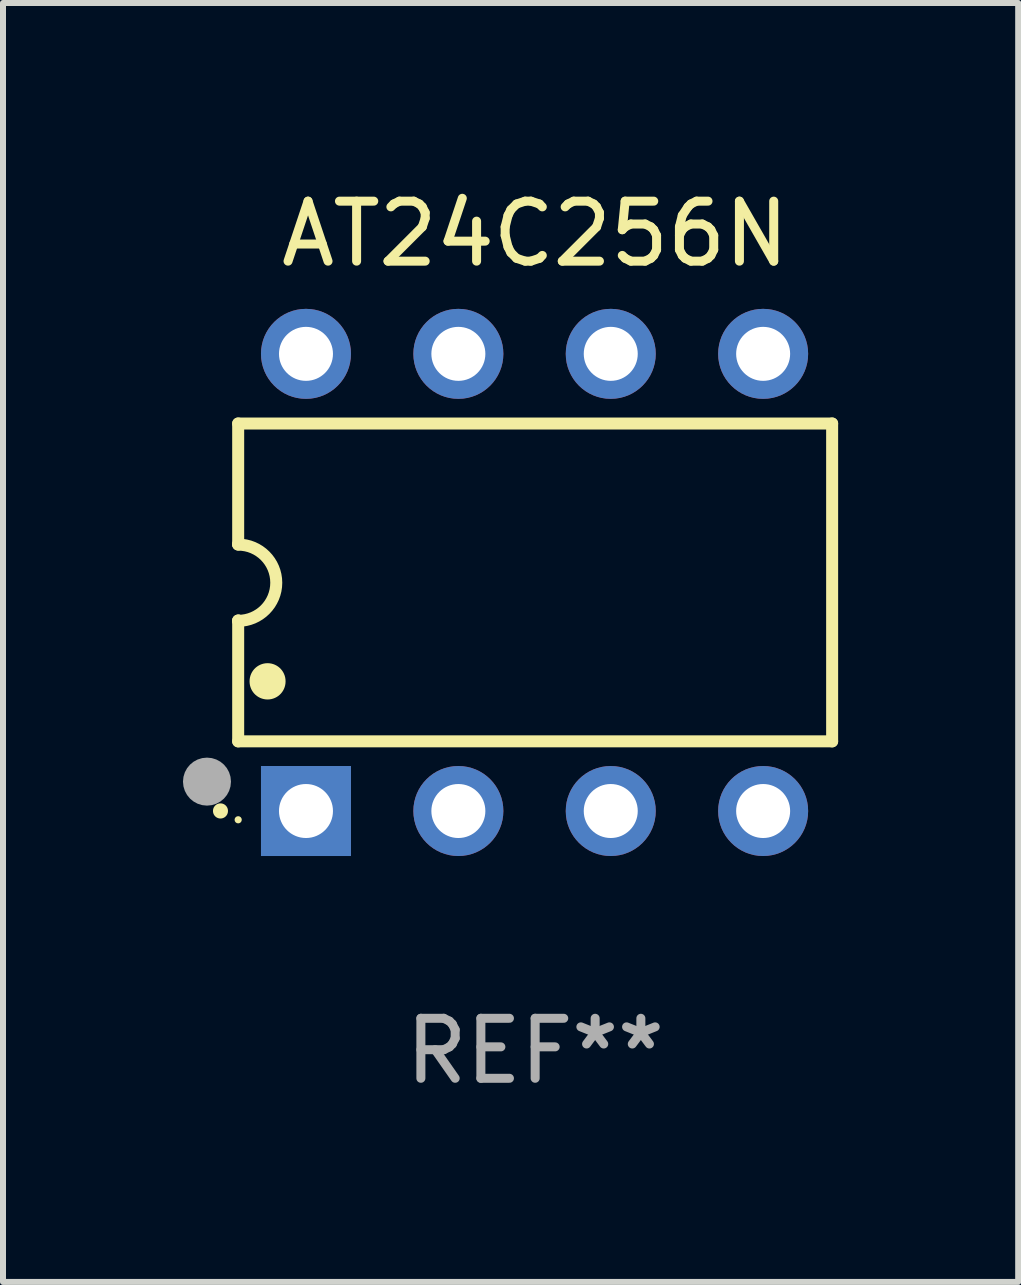
<source format=kicad_pcb>
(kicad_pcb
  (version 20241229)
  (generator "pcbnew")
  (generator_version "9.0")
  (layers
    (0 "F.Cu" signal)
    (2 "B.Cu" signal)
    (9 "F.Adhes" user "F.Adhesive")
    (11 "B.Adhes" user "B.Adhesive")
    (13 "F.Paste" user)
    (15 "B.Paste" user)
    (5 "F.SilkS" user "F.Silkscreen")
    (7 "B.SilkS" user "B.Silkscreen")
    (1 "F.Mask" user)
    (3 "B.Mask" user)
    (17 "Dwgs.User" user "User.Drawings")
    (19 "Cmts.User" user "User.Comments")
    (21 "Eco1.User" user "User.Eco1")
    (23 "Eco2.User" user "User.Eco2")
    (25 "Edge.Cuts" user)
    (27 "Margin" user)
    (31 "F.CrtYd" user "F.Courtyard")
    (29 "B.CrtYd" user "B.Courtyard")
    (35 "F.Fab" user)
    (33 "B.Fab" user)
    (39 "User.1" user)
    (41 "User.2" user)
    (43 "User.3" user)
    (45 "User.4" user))
  (footprint "AT24C256N"
    (layer "F.Cu")
    (at 5.87 6.658)
    (property "Reference" "AT24C256N" (at 0 -5.81 0) (layer "F.SilkS") (effects (font (size 1 1) (thickness 0.15))))
    (attr through_hole)
    (fp_line (start -4.95 -2.649) (end 4.95 -2.649) (stroke (width 0.2) (type solid)) (layer "F.SilkS"))
    (fp_line (start -4.95 -0.635) (end -4.95 -2.649) (stroke (width 0.2) (type solid)) (layer "F.SilkS"))
    (fp_line (start -4.95 0.635) (end -4.95 0.64) (stroke (width 0.2) (type solid)) (layer "F.SilkS"))
    (fp_line (start -4.95 2.649) (end -4.95 0.635) (stroke (width 0.2) (type solid)) (layer "F.SilkS"))
    (fp_line (start -4.95 -0.64) (end -4.95 -0.635) (stroke (width 0.2) (type solid)) (layer "F.SilkS"))
    (fp_line (start 4.95 -2.649) (end 4.95 2.649) (stroke (width 0.2) (type solid)) (layer "F.SilkS"))
    (fp_line (start 4.95 2.649) (end -4.95 2.649) (stroke (width 0.2) (type solid)) (layer "F.SilkS"))
    (fp_arc (start -5.24511 3.810008) (mid -5.245117 3.808738) (end -5.24511 3.807468) (stroke (width 0.25) (type solid)) (layer "F.SilkS"))
    (fp_arc (start -4.950165 -0.629997) (mid -4.315164 0.005004) (end -4.950165 0.640005) (stroke (width 0.2) (type solid)) (layer "F.SilkS"))
    (fp_arc (start -4.460249 1.651003) (mid -4.46026 1.648463) (end -4.460249 1.645923) (stroke (width 0.6) (type solid)) (layer "F.SilkS"))
    (fp_circle (center -4.95 3.956) (end -4.92 3.956) (stroke (width 0.06) (type solid)) (fill no) (layer "F.SilkS"))
    (fp_circle (center -5.47 3.32) (end -5.27 3.32) (stroke (width 0.4) (type solid)) (fill no) (layer "F.Fab"))
    (fp_text user "REF**" (at 0 7.81 0) (layer "F.Fab") (effects (font (size 1 1) (thickness 0.15))))
    (pad "1" thru_hole rect (at -3.82 3.81) (size 1.5 1.5) (drill 0.9) (layers "*.Cu" "*.Mask"))
    (pad "2" thru_hole circle (at -1.28 3.81) (size 1.5 1.5) (drill 0.9) (layers "*.Cu" "*.Mask"))
    (pad "3" thru_hole circle (at 1.26 3.81) (size 1.5 1.5) (drill 0.9) (layers "*.Cu" "*.Mask"))
    (pad "4" thru_hole circle (at 3.8 3.81) (size 1.5 1.5) (drill 0.9) (layers "*.Cu" "*.Mask"))
    (pad "5" thru_hole circle (at 3.8 -3.81) (size 1.5 1.5) (drill 0.9) (layers "*.Cu" "*.Mask"))
    (pad "6" thru_hole circle (at 1.26 -3.81) (size 1.5 1.5) (drill 0.9) (layers "*.Cu" "*.Mask"))
    (pad "7" thru_hole circle (at -1.28 -3.81) (size 1.5 1.5) (drill 0.9) (layers "*.Cu" "*.Mask"))
    (pad "8" thru_hole circle (at -3.82 -3.81) (size 1.5 1.5) (drill 0.9) (layers "*.Cu" "*.Mask")))
  (gr_rect
    (start -3 -3)
    (end 13.921 18.317)
    (stroke (width 0.1) (type default))
    (fill no)
    (layer "Edge.Cuts")))
</source>
